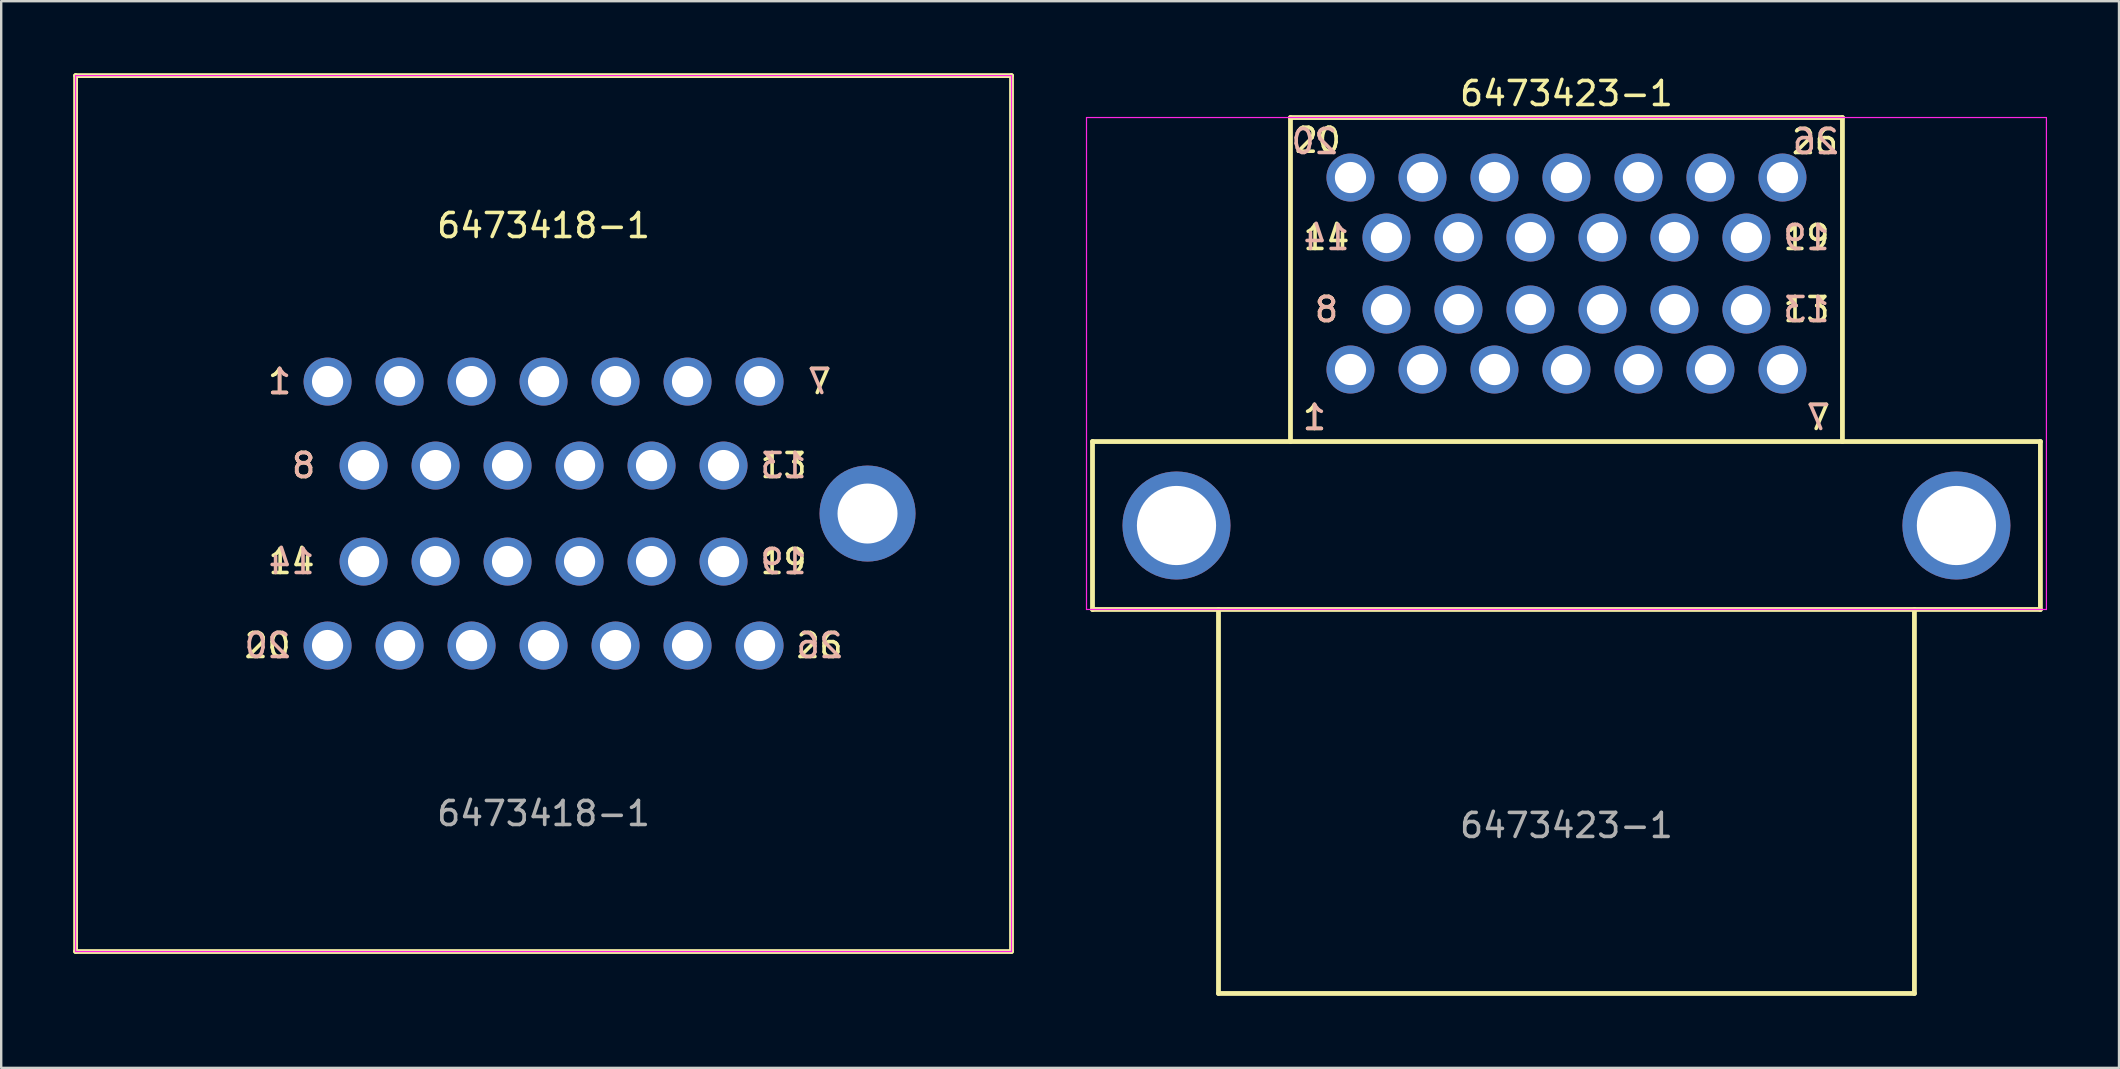
<source format=kicad_pcb>
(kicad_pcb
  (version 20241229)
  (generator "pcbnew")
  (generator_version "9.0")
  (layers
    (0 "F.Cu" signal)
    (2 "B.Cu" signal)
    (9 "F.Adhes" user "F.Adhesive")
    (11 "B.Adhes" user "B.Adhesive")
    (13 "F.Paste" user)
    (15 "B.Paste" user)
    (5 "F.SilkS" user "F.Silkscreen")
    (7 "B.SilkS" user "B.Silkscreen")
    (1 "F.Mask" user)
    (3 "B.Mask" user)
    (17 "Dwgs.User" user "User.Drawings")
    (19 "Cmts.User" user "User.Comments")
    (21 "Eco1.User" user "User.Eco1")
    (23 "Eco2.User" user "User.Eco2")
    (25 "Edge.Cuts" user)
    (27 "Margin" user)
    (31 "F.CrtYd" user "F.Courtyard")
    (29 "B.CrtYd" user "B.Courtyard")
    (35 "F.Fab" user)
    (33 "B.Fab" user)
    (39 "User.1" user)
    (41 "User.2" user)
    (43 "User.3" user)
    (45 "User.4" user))
  (footprint "6473418-1"
    (layer "F.Cu")
    (at 19.6 18.35)
    (property "Reference" "6473418-1" (at 0 -12 0) (unlocked yes) (layer "F.SilkS") (effects (font (size 1 1) (thickness 0.15))))
    (attr through_hole)
    (fp_line (start -19.5 -18.25) (end -19.5 18.25) (stroke (width 0.2) (type solid)) (layer "F.SilkS"))
    (fp_line (start -19.5 -18.25) (end 19.5 -18.25) (stroke (width 0.2) (type solid)) (layer "F.SilkS"))
    (fp_line (start -19.5 18.25) (end 19.5 18.25) (stroke (width 0.2) (type solid)) (layer "F.SilkS"))
    (fp_line (start 19.5 -18.25) (end 19.5 18.25) (stroke (width 0.2) (type solid)) (layer "F.SilkS"))
    (fp_line (start -19.5 -18.25) (end -19.5 18.25) (stroke (width 0.05) (type solid)) (layer "F.CrtYd"))
    (fp_line (start -19.5 -18.25) (end 19.5 -18.25) (stroke (width 0.05) (type solid)) (layer "F.CrtYd"))
    (fp_line (start -19.5 18.25) (end 19.5 18.25) (stroke (width 0.05) (type solid)) (layer "F.CrtYd"))
    (fp_line (start 19.5 -18.25) (end 19.5 18.25) (stroke (width 0.05) (type solid)) (layer "F.CrtYd"))
    (fp_text user "14" (at -10.5 2 0) (unlocked yes) (layer "F.SilkS") (effects (font (size 1 1) (thickness 0.15))))
    (fp_text user "7" (at 11.5 -5.5 0) (unlocked yes) (layer "F.SilkS") (effects (font (size 1 1) (thickness 0.15))))
    (fp_text user "1" (at -11 -5.5 0) (unlocked yes) (layer "F.SilkS") (effects (font (size 1 1) (thickness 0.15))))
    (fp_text user "26" (at 11.5 5.5 0) (unlocked yes) (layer "F.SilkS") (effects (font (size 1 1) (thickness 0.15))))
    (fp_text user "13" (at 10 -2 0) (unlocked yes) (layer "F.SilkS") (effects (font (size 1 1) (thickness 0.15))))
    (fp_text user "20" (at -11.5 5.5 0) (unlocked yes) (layer "F.SilkS") (effects (font (size 1 1) (thickness 0.15))))
    (fp_text user "19" (at 10 2 0) (unlocked yes) (layer "F.SilkS") (effects (font (size 1 1) (thickness 0.15))))
    (fp_text user "8" (at -10 -2 0) (unlocked yes) (layer "F.SilkS") (effects (font (size 1 1) (thickness 0.15))))
    (fp_text user "13" (at 10 -2 0) (unlocked yes) (layer "B.SilkS") (effects (font (size 1 1) (thickness 0.15)) (justify mirror)))
    (fp_text user "26" (at 11.5 5.5 0) (unlocked yes) (layer "B.SilkS") (effects (font (size 1 1) (thickness 0.15)) (justify mirror)))
    (fp_text user "1" (at -11 -5.5 0) (unlocked yes) (layer "B.SilkS") (effects (font (size 1 1) (thickness 0.15)) (justify mirror)))
    (fp_text user "19" (at 10 2 0) (unlocked yes) (layer "B.SilkS") (effects (font (size 1 1) (thickness 0.15)) (justify mirror)))
    (fp_text user "7" (at 11.5 -5.5 0) (unlocked yes) (layer "B.SilkS") (effects (font (size 1 1) (thickness 0.15)) (justify mirror)))
    (fp_text user "20" (at -11.5 5.5 0) (unlocked yes) (layer "B.SilkS") (effects (font (size 1 1) (thickness 0.15)) (justify mirror)))
    (fp_text user "8" (at -10 -2 0) (unlocked yes) (layer "B.SilkS") (effects (font (size 1 1) (thickness 0.15)) (justify mirror)))
    (fp_text user "14" (at -10.5 2 0) (unlocked yes) (layer "B.SilkS") (effects (font (size 1 1) (thickness 0.15)) (justify mirror)))
    (fp_text user "${REFERENCE}" (at 0 12.5 0) (unlocked yes) (layer "F.Fab") (effects (font (size 1 1) (thickness 0.15))))
    (pad "0" thru_hole circle (at 13.5 0) (size 4 4) (drill 2.5) (layers "*.Cu" "*.Mask"))
    (pad "1" thru_hole circle (at -9 -5.5 270) (size 2 2) (drill 1.3) (layers "*.Cu" "*.Mask"))
    (pad "2" thru_hole circle (at -6 -5.5) (size 2 2) (drill 1.3) (layers "*.Cu" "*.Mask"))
    (pad "3" thru_hole circle (at -3 -5.5) (size 2 2) (drill 1.3) (layers "*.Cu" "*.Mask"))
    (pad "4" thru_hole circle (at 0 -5.5) (size 2 2) (drill 1.3) (layers "*.Cu" "*.Mask"))
    (pad "5" thru_hole circle (at 3 -5.5 270) (size 2 2) (drill 1.3) (layers "*.Cu" "*.Mask"))
    (pad "6" thru_hole circle (at 6 -5.5) (size 2 2) (drill 1.3) (layers "*.Cu" "*.Mask"))
    (pad "7" thru_hole circle (at 9 -5.5) (size 2 2) (drill 1.3) (layers "*.Cu" "*.Mask"))
    (pad "8" thru_hole circle (at -7.5 -2 270) (size 2 2) (drill 1.3) (layers "*.Cu" "*.Mask"))
    (pad "9" thru_hole circle (at -4.5 -2) (size 2 2) (drill 1.3) (layers "*.Cu" "*.Mask"))
    (pad "10" thru_hole circle (at -1.5 -2) (size 2 2) (drill 1.3) (layers "*.Cu" "*.Mask"))
    (pad "11" thru_hole circle (at 1.5 -2) (size 2 2) (drill 1.3) (layers "*.Cu" "*.Mask"))
    (pad "12" thru_hole circle (at 4.5 -2 270) (size 2 2) (drill 1.3) (layers "*.Cu" "*.Mask"))
    (pad "13" thru_hole circle (at 7.5 -2) (size 2 2) (drill 1.3) (layers "*.Cu" "*.Mask"))
    (pad "14" thru_hole circle (at -7.5 2 270) (size 2 2) (drill 1.3) (layers "*.Cu" "*.Mask"))
    (pad "15" thru_hole circle (at -4.5 2) (size 2 2) (drill 1.3) (layers "*.Cu" "*.Mask"))
    (pad "16" thru_hole circle (at -1.5 2) (size 2 2) (drill 1.3) (layers "*.Cu" "*.Mask"))
    (pad "17" thru_hole circle (at 1.5 2) (size 2 2) (drill 1.3) (layers "*.Cu" "*.Mask"))
    (pad "18" thru_hole circle (at 4.5 2 270) (size 2 2) (drill 1.3) (layers "*.Cu" "*.Mask"))
    (pad "19" thru_hole circle (at 7.5 2) (size 2 2) (drill 1.3) (layers "*.Cu" "*.Mask"))
    (pad "20" thru_hole circle (at -9 5.5 270) (size 2 2) (drill 1.3) (layers "*.Cu" "*.Mask"))
    (pad "21" thru_hole circle (at -6 5.5) (size 2 2) (drill 1.3) (layers "*.Cu" "*.Mask"))
    (pad "22" thru_hole circle (at -3 5.5) (size 2 2) (drill 1.3) (layers "*.Cu" "*.Mask"))
    (pad "23" thru_hole circle (at 0 5.5) (size 2 2) (drill 1.3) (layers "*.Cu" "*.Mask"))
    (pad "24" thru_hole circle (at 3 5.5 270) (size 2 2) (drill 1.3) (layers "*.Cu" "*.Mask"))
    (pad "25" thru_hole circle (at 6 5.5) (size 2 2) (drill 1.3) (layers "*.Cu" "*.Mask"))
    (pad "26" thru_hole circle (at 9 5.5) (size 2 2) (drill 1.3) (layers "*.Cu" "*.Mask")))
  (footprint "6473423-1"
    (layer "F.Cu")
    (at 62.225 18.848)
    (property "Reference" "6473423-1" (at 0 -18 0) (unlocked yes) (layer "F.SilkS") (effects (font (size 1 1) (thickness 0.15))))
    (attr through_hole)
    (fp_line (start -19.75 -3.5) (end -19.75 3.5) (stroke (width 0.2) (type solid)) (layer "F.SilkS"))
    (fp_line (start -19.75 -3.5) (end 19.75 -3.5) (stroke (width 0.2) (type solid)) (layer "F.SilkS"))
    (fp_line (start -19.75 3.5) (end 19.75 3.5) (stroke (width 0.2) (type solid)) (layer "F.SilkS"))
    (fp_line (start -14.5 19.5) (end -14.5 3.5) (stroke (width 0.2) (type solid)) (layer "F.SilkS"))
    (fp_line (start -14.5 19.5) (end 14.5 19.5) (stroke (width 0.2) (type solid)) (layer "F.SilkS"))
    (fp_line (start -11.5 -17) (end -11.5 -3.5) (stroke (width 0.2) (type solid)) (layer "F.SilkS"))
    (fp_line (start -11.5 -17) (end 11.5 -17) (stroke (width 0.2) (type solid)) (layer "F.SilkS"))
    (fp_line (start 11.5 -17) (end 11.5 -3.5) (stroke (width 0.2) (type solid)) (layer "F.SilkS"))
    (fp_line (start 14.5 19.5) (end 14.5 3.5) (stroke (width 0.2) (type solid)) (layer "F.SilkS"))
    (fp_line (start 19.75 -3.5) (end 19.75 3.5) (stroke (width 0.2) (type solid)) (layer "F.SilkS"))
    (fp_line (start -20 -17) (end 20 -17) (stroke (width 0.05) (type solid)) (layer "F.CrtYd"))
    (fp_line (start -20 3.5) (end -20 -17) (stroke (width 0.05) (type solid)) (layer "F.CrtYd"))
    (fp_line (start -20 3.5) (end 20 3.5) (stroke (width 0.05) (type solid)) (layer "F.CrtYd"))
    (fp_line (start 20 -17) (end 20 3.5) (stroke (width 0.05) (type solid)) (layer "F.CrtYd"))
    (fp_text user "13" (at 10 -9 0) (unlocked yes) (layer "F.SilkS") (effects (font (size 1 1) (thickness 0.15))))
    (fp_text user "7" (at 10.5 -4.5 0) (unlocked yes) (layer "F.SilkS") (effects (font (size 1 1) (thickness 0.15))))
    (fp_text user "19" (at 10 -12 0) (unlocked yes) (layer "F.SilkS") (effects (font (size 1 1) (thickness 0.15))))
    (fp_text user "1" (at -10.5 -4.5 0) (unlocked yes) (layer "F.SilkS") (effects (font (size 1 1) (thickness 0.15))))
    (fp_text user "20" (at -10.361 -16.053 0) (unlocked yes) (layer "F.SilkS") (effects (font (size 1 1) (thickness 0.15))))
    (fp_text user "26" (at 10.354 -15.999 0) (unlocked yes) (layer "F.SilkS") (effects (font (size 1 1) (thickness 0.15))))
    (fp_text user "8" (at -10 -9 0) (unlocked yes) (layer "F.SilkS") (effects (font (size 1 1) (thickness 0.15))))
    (fp_text user "14" (at -10 -12 0) (unlocked yes) (layer "F.SilkS") (effects (font (size 1 1) (thickness 0.15))))
    (fp_text user "13" (at 10 -9 0) (unlocked yes) (layer "B.SilkS") (effects (font (size 1 1) (thickness 0.15)) (justify mirror)))
    (fp_text user "7" (at 10.5 -4.5 0) (unlocked yes) (layer "B.SilkS") (effects (font (size 1 1) (thickness 0.15)) (justify mirror)))
    (fp_text user "20" (at -10.5 -16 0) (unlocked yes) (layer "B.SilkS") (effects (font (size 1 1) (thickness 0.15)) (justify mirror)))
    (fp_text user "14" (at -10 -12 0) (unlocked yes) (layer "B.SilkS") (effects (font (size 1 1) (thickness 0.15)) (justify mirror)))
    (fp_text user "26" (at 10.39 -15.999 0) (unlocked yes) (layer "B.SilkS") (effects (font (size 1 1) (thickness 0.15)) (justify mirror)))
    (fp_text user "19" (at 10 -12 0) (unlocked yes) (layer "B.SilkS") (effects (font (size 1 1) (thickness 0.15)) (justify mirror)))
    (fp_text user "1" (at -10.5 -4.5 0) (unlocked yes) (layer "B.SilkS") (effects (font (size 1 1) (thickness 0.15)) (justify mirror)))
    (fp_text user "8" (at -10 -9 0) (unlocked yes) (layer "B.SilkS") (effects (font (size 1 1) (thickness 0.15)) (justify mirror)))
    (fp_text user "${REFERENCE}" (at 0 12.5 0) (unlocked yes) (layer "F.Fab") (effects (font (size 1 1) (thickness 0.15))))
    (pad "0" thru_hole circle (at -16.25 0) (size 4.5 4.5) (drill 3.3) (layers "*.Cu" "*.Mask"))
    (pad "0" thru_hole circle (at 16.25 0) (size 4.5 4.5) (drill 3.3) (layers "*.Cu" "*.Mask"))
    (pad "1" thru_hole circle (at -9 -6.5 270) (size 2 2) (drill 1.3) (layers "*.Cu" "*.Mask"))
    (pad "2" thru_hole circle (at -6 -6.5) (size 2 2) (drill 1.3) (layers "*.Cu" "*.Mask"))
    (pad "3" thru_hole circle (at -3 -6.5) (size 2 2) (drill 1.3) (layers "*.Cu" "*.Mask"))
    (pad "4" thru_hole circle (at 0 -6.5) (size 2 2) (drill 1.3) (layers "*.Cu" "*.Mask"))
    (pad "5" thru_hole circle (at 3 -6.5 270) (size 2 2) (drill 1.3) (layers "*.Cu" "*.Mask"))
    (pad "6" thru_hole circle (at 6 -6.5) (size 2 2) (drill 1.3) (layers "*.Cu" "*.Mask"))
    (pad "7" thru_hole circle (at 9 -6.5) (size 2 2) (drill 1.3) (layers "*.Cu" "*.Mask"))
    (pad "8" thru_hole circle (at -7.5 -9 270) (size 2 2) (drill 1.3) (layers "*.Cu" "*.Mask"))
    (pad "9" thru_hole circle (at -4.5 -9) (size 2 2) (drill 1.3) (layers "*.Cu" "*.Mask"))
    (pad "10" thru_hole circle (at -1.5 -9) (size 2 2) (drill 1.3) (layers "*.Cu" "*.Mask"))
    (pad "11" thru_hole circle (at 1.5 -9) (size 2 2) (drill 1.3) (layers "*.Cu" "*.Mask"))
    (pad "12" thru_hole circle (at 4.5 -9 270) (size 2 2) (drill 1.3) (layers "*.Cu" "*.Mask"))
    (pad "13" thru_hole circle (at 7.5 -9) (size 2 2) (drill 1.3) (layers "*.Cu" "*.Mask"))
    (pad "14" thru_hole circle (at -7.5 -12 270) (size 2 2) (drill 1.3) (layers "*.Cu" "*.Mask"))
    (pad "15" thru_hole circle (at -4.5 -12) (size 2 2) (drill 1.3) (layers "*.Cu" "*.Mask"))
    (pad "16" thru_hole circle (at -1.5 -12) (size 2 2) (drill 1.3) (layers "*.Cu" "*.Mask"))
    (pad "17" thru_hole circle (at 1.5 -12) (size 2 2) (drill 1.3) (layers "*.Cu" "*.Mask"))
    (pad "18" thru_hole circle (at 4.5 -12 270) (size 2 2) (drill 1.3) (layers "*.Cu" "*.Mask"))
    (pad "19" thru_hole circle (at 7.5 -12) (size 2 2) (drill 1.3) (layers "*.Cu" "*.Mask"))
    (pad "20" thru_hole circle (at -9 -14.5 270) (size 2 2) (drill 1.3) (layers "*.Cu" "*.Mask"))
    (pad "21" thru_hole circle (at -6 -14.5) (size 2 2) (drill 1.3) (layers "*.Cu" "*.Mask"))
    (pad "22" thru_hole circle (at -3 -14.5) (size 2 2) (drill 1.3) (layers "*.Cu" "*.Mask"))
    (pad "23" thru_hole circle (at 0 -14.5) (size 2 2) (drill 1.3) (layers "*.Cu" "*.Mask"))
    (pad "24" thru_hole circle (at 3 -14.5 270) (size 2 2) (drill 1.3) (layers "*.Cu" "*.Mask"))
    (pad "25" thru_hole circle (at 6 -14.5) (size 2 2) (drill 1.3) (layers "*.Cu" "*.Mask"))
    (pad "26" thru_hole circle (at 9 -14.5) (size 2 2) (drill 1.3) (layers "*.Cu" "*.Mask")))
  (gr_rect
    (start -3 -3)
    (end 85.25 41.448)
    (stroke (width 0.1) (type default))
    (fill no)
    (layer "Edge.Cuts")))
</source>
